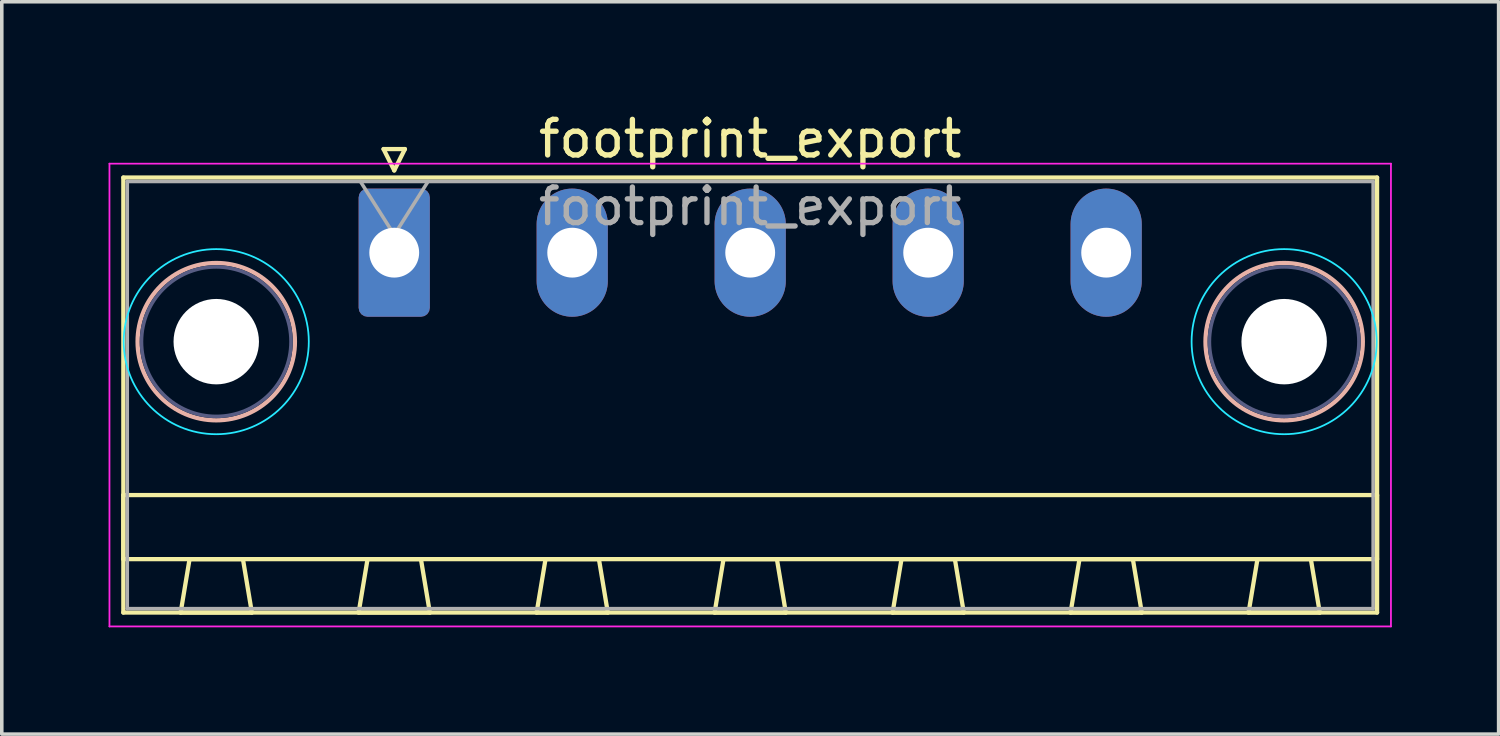
<source format=kicad_pcb>
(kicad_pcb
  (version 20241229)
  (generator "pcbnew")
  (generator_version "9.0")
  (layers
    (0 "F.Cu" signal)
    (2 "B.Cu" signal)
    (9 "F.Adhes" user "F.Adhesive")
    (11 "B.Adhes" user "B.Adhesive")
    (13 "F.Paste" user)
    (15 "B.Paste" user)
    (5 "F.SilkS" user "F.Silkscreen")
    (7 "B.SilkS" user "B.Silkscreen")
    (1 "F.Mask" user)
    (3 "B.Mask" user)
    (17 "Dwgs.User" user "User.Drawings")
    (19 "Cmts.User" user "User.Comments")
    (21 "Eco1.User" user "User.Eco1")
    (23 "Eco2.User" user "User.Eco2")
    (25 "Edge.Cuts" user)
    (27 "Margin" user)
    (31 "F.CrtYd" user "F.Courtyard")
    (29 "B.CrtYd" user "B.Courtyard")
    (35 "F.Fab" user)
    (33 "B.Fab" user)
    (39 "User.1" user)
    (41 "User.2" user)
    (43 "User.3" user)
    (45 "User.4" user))
  (footprint "footprint_export"
    (layer "F.Cu")
    (at 8.025 4.048)
    (property "Reference" "footprint_export" (at 10 -3.2 0) (layer "F.SilkS") (effects (font (size 1 1) (thickness 0.15))))
    (attr through_hole)
    (fp_line (start -7.61 -2.11) (end -7.61 10.11) (stroke (width 0.12) (type solid)) (layer "F.SilkS"))
    (fp_line (start -7.61 6.81) (end 27.61 6.81) (stroke (width 0.12) (type solid)) (layer "F.SilkS"))
    (fp_line (start -7.61 8.61) (end -7.61 6.81) (stroke (width 0.12) (type solid)) (layer "F.SilkS"))
    (fp_line (start -7.61 10.11) (end 27.61 10.11) (stroke (width 0.12) (type solid)) (layer "F.SilkS"))
    (fp_line (start -6 10.11) (end -4 10.11) (stroke (width 0.12) (type solid)) (layer "F.SilkS"))
    (fp_line (start -5.75 8.61) (end -6 10.11) (stroke (width 0.12) (type solid)) (layer "F.SilkS"))
    (fp_line (start -4.25 8.61) (end -5.75 8.61) (stroke (width 0.12) (type solid)) (layer "F.SilkS"))
    (fp_line (start -4 10.11) (end -4.25 8.61) (stroke (width 0.12) (type solid)) (layer "F.SilkS"))
    (fp_line (start -1 10.11) (end 1 10.11) (stroke (width 0.12) (type solid)) (layer "F.SilkS"))
    (fp_line (start -0.75 8.61) (end -1 10.11) (stroke (width 0.12) (type solid)) (layer "F.SilkS"))
    (fp_line (start -0.3 -2.91) (end 0.3 -2.91) (stroke (width 0.12) (type solid)) (layer "F.SilkS"))
    (fp_line (start 0 -2.31) (end -0.3 -2.91) (stroke (width 0.12) (type solid)) (layer "F.SilkS"))
    (fp_line (start 0.3 -2.91) (end 0 -2.31) (stroke (width 0.12) (type solid)) (layer "F.SilkS"))
    (fp_line (start 0.75 8.61) (end -0.75 8.61) (stroke (width 0.12) (type solid)) (layer "F.SilkS"))
    (fp_line (start 1 10.11) (end 0.75 8.61) (stroke (width 0.12) (type solid)) (layer "F.SilkS"))
    (fp_line (start 4 10.11) (end 6 10.11) (stroke (width 0.12) (type solid)) (layer "F.SilkS"))
    (fp_line (start 4.25 8.61) (end 4 10.11) (stroke (width 0.12) (type solid)) (layer "F.SilkS"))
    (fp_line (start 5.75 8.61) (end 4.25 8.61) (stroke (width 0.12) (type solid)) (layer "F.SilkS"))
    (fp_line (start 6 10.11) (end 5.75 8.61) (stroke (width 0.12) (type solid)) (layer "F.SilkS"))
    (fp_line (start 9 10.11) (end 11 10.11) (stroke (width 0.12) (type solid)) (layer "F.SilkS"))
    (fp_line (start 9.25 8.61) (end 9 10.11) (stroke (width 0.12) (type solid)) (layer "F.SilkS"))
    (fp_line (start 10.75 8.61) (end 9.25 8.61) (stroke (width 0.12) (type solid)) (layer "F.SilkS"))
    (fp_line (start 11 10.11) (end 10.75 8.61) (stroke (width 0.12) (type solid)) (layer "F.SilkS"))
    (fp_line (start 14 10.11) (end 16 10.11) (stroke (width 0.12) (type solid)) (layer "F.SilkS"))
    (fp_line (start 14.25 8.61) (end 14 10.11) (stroke (width 0.12) (type solid)) (layer "F.SilkS"))
    (fp_line (start 15.75 8.61) (end 14.25 8.61) (stroke (width 0.12) (type solid)) (layer "F.SilkS"))
    (fp_line (start 16 10.11) (end 15.75 8.61) (stroke (width 0.12) (type solid)) (layer "F.SilkS"))
    (fp_line (start 19 10.11) (end 21 10.11) (stroke (width 0.12) (type solid)) (layer "F.SilkS"))
    (fp_line (start 19.25 8.61) (end 19 10.11) (stroke (width 0.12) (type solid)) (layer "F.SilkS"))
    (fp_line (start 20.75 8.61) (end 19.25 8.61) (stroke (width 0.12) (type solid)) (layer "F.SilkS"))
    (fp_line (start 21 10.11) (end 20.75 8.61) (stroke (width 0.12) (type solid)) (layer "F.SilkS"))
    (fp_line (start 24 10.11) (end 26 10.11) (stroke (width 0.12) (type solid)) (layer "F.SilkS"))
    (fp_line (start 24.25 8.61) (end 24 10.11) (stroke (width 0.12) (type solid)) (layer "F.SilkS"))
    (fp_line (start 25.75 8.61) (end 24.25 8.61) (stroke (width 0.12) (type solid)) (layer "F.SilkS"))
    (fp_line (start 26 10.11) (end 25.75 8.61) (stroke (width 0.12) (type solid)) (layer "F.SilkS"))
    (fp_line (start 27.61 -2.11) (end -7.61 -2.11) (stroke (width 0.12) (type solid)) (layer "F.SilkS"))
    (fp_line (start 27.61 6.81) (end 27.61 8.61) (stroke (width 0.12) (type solid)) (layer "F.SilkS"))
    (fp_line (start 27.61 8.61) (end -7.61 8.61) (stroke (width 0.12) (type solid)) (layer "F.SilkS"))
    (fp_line (start 27.61 10.11) (end 27.61 -2.11) (stroke (width 0.12) (type solid)) (layer "F.SilkS"))
    (fp_circle (center -5 2.5) (end -2.79 2.5) (stroke (width 0.12) (type solid)) (fill no) (layer "B.SilkS"))
    (fp_circle (center 25 2.5) (end 27.21 2.5) (stroke (width 0.12) (type solid)) (fill no) (layer "B.SilkS"))
    (fp_circle (center -5 2.5) (end -2.4 2.5) (stroke (width 0.05) (type solid)) (fill no) (layer "B.CrtYd"))
    (fp_circle (center 25 2.5) (end 27.6 2.5) (stroke (width 0.05) (type solid)) (fill no) (layer "B.CrtYd"))
    (fp_line (start -8 -2.5) (end -8 10.5) (stroke (width 0.05) (type solid)) (layer "F.CrtYd"))
    (fp_line (start -8 10.5) (end 28 10.5) (stroke (width 0.05) (type solid)) (layer "F.CrtYd"))
    (fp_line (start 28 -2.5) (end -8 -2.5) (stroke (width 0.05) (type solid)) (layer "F.CrtYd"))
    (fp_line (start 28 10.5) (end 28 -2.5) (stroke (width 0.05) (type solid)) (layer "F.CrtYd"))
    (fp_circle (center -5 2.5) (end -2.9 2.5) (stroke (width 0.1) (type solid)) (fill no) (layer "B.Fab"))
    (fp_circle (center 25 2.5) (end 27.1 2.5) (stroke (width 0.1) (type solid)) (fill no) (layer "B.Fab"))
    (fp_line (start -7.5 -2) (end -7.5 10) (stroke (width 0.1) (type solid)) (layer "F.Fab"))
    (fp_line (start -7.5 10) (end 27.5 10) (stroke (width 0.1) (type solid)) (layer "F.Fab"))
    (fp_line (start 0 -0.5) (end -0.95 -2) (stroke (width 0.1) (type solid)) (layer "F.Fab"))
    (fp_line (start 0.95 -2) (end 0 -0.5) (stroke (width 0.1) (type solid)) (layer "F.Fab"))
    (fp_line (start 27.5 -2) (end -7.5 -2) (stroke (width 0.1) (type solid)) (layer "F.Fab"))
    (fp_line (start 27.5 10) (end 27.5 -2) (stroke (width 0.1) (type solid)) (layer "F.Fab"))
    (fp_text user "${REFERENCE}" (at 10 -1.3 0) (layer "F.Fab") (effects (font (size 1 1) (thickness 0.15))))
    (pad "" np_thru_hole circle (at -5 2.5) (size 2.4 2.4) (drill 2.4) (layers "*.Cu" "*.Mask"))
    (pad "" np_thru_hole circle (at 25 2.5) (size 2.4 2.4) (drill 2.4) (layers "*.Cu" "*.Mask"))
    (pad "1" thru_hole roundrect (at 0 0) (size 2 3.6) (drill 1.4) (layers "*.Cu" "*.Mask") (roundrect_rratio 0.125))
    (pad "2" thru_hole oval (at 5 0) (size 2 3.6) (drill 1.4) (layers "*.Cu" "*.Mask"))
    (pad "3" thru_hole oval (at 10 0) (size 2 3.6) (drill 1.4) (layers "*.Cu" "*.Mask"))
    (pad "4" thru_hole oval (at 15 0) (size 2 3.6) (drill 1.4) (layers "*.Cu" "*.Mask"))
    (pad "5" thru_hole oval (at 20 0) (size 2 3.6) (drill 1.4) (layers "*.Cu" "*.Mask")))
  (gr_rect
    (start -3 -3)
    (end 39.05 17.573)
    (stroke (width 0.1) (type default))
    (fill no)
    (layer "Edge.Cuts")))
</source>
